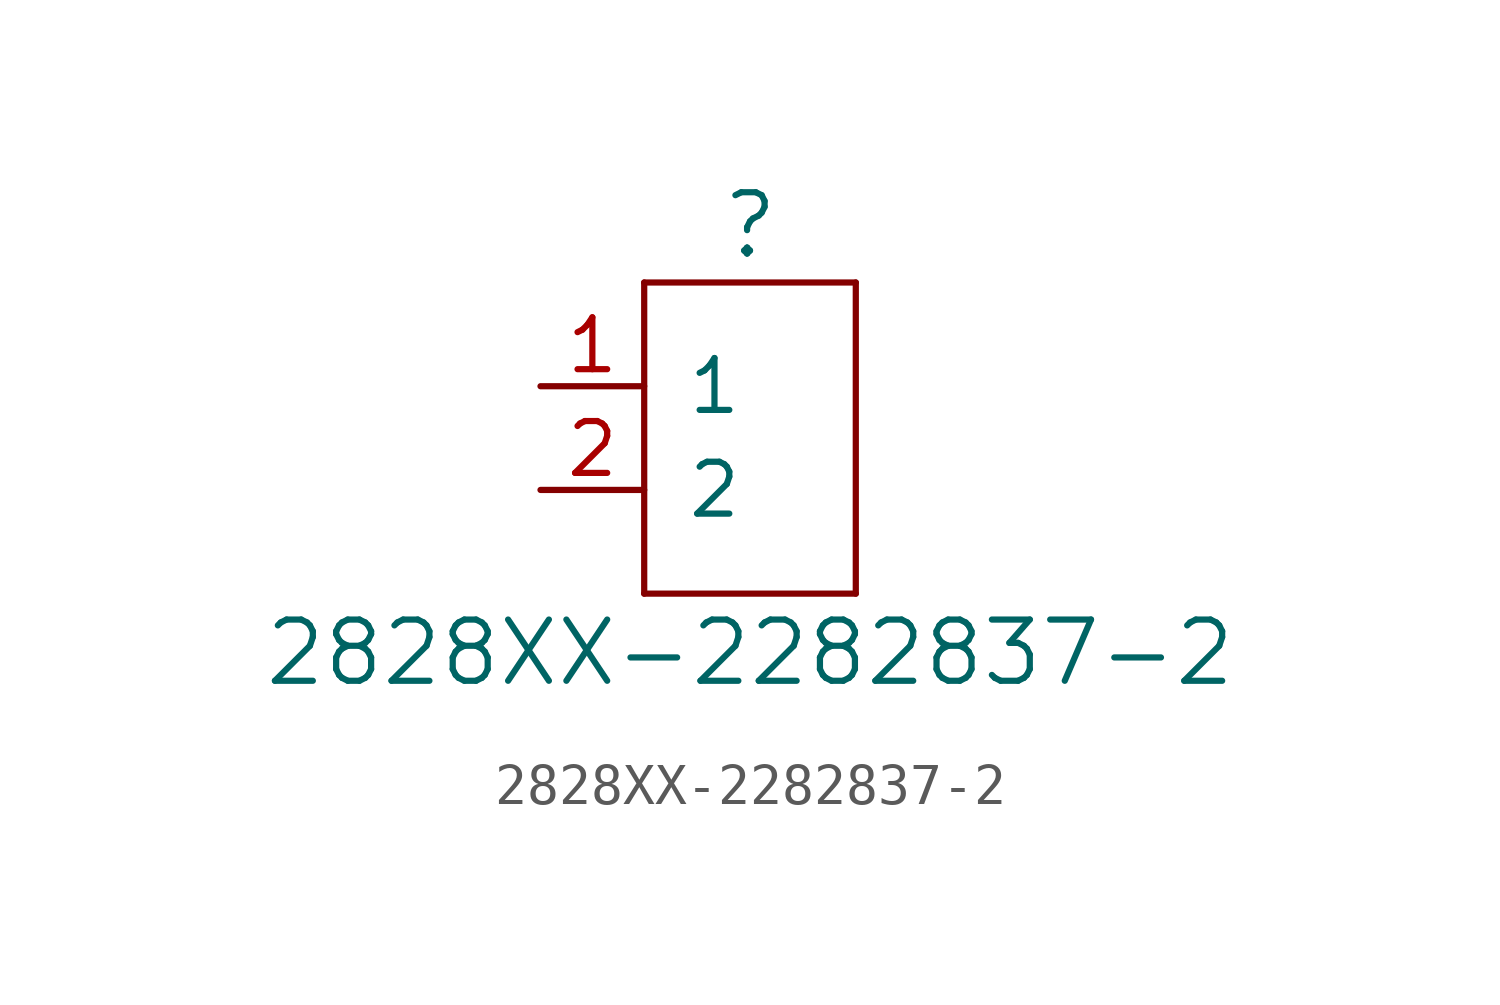
<source format=kicad_sym>
(kicad_symbol_lib
  (version 20211014)
  (generator kicad_symbol_editor)
  (symbol "2828XX-2282837-2"
    (pin_names
      (offset 1.016))
    (property "Reference" ""
      (at 0 6.477 0)
      (effects (font (size 1.499 1.499))))
    (property "Value" "2828XX-2282837-2"
      (at 0 -3.988 0)
      (effects (font (size 1.499 1.499))))
    (property "ki_locked" ""
      (at 0 0 0)
      (effects (font (size 1.27 1.27))))
    (symbol "2828XX-2282837-2_1_0"
      (polyline (pts (xy -2.591 -2.54) (xy -2.591 5.08)) (stroke (width 0) (type default) (color 0 0 0 0)) (fill (type none)))
      (polyline (pts (xy -2.591 5.08) (xy 2.591 5.08)) (stroke (width 0) (type default) (color 0 0 0 0)) (fill (type none)))
      (polyline (pts (xy 2.591 -2.54) (xy -2.591 -2.54)) (stroke (width 0) (type default) (color 0 0 0 0)) (fill (type none)))
      (polyline (pts (xy 2.591 5.08) (xy 2.591 -2.54)) (stroke (width 0) (type default) (color 0 0 0 0)) (fill (type none)))
      (pin bidirectional line (at -5.131 2.54 0) (length 2.54) (name "1" (effects (font (size 1.27 1.27)))) (number "1" (effects (font (size 1.27 1.27)))))
      (pin bidirectional line (at -5.131 0 0) (length 2.54) (name "2" (effects (font (size 1.27 1.27)))) (number "2" (effects (font (size 1.27 1.27))))))))
</source>
